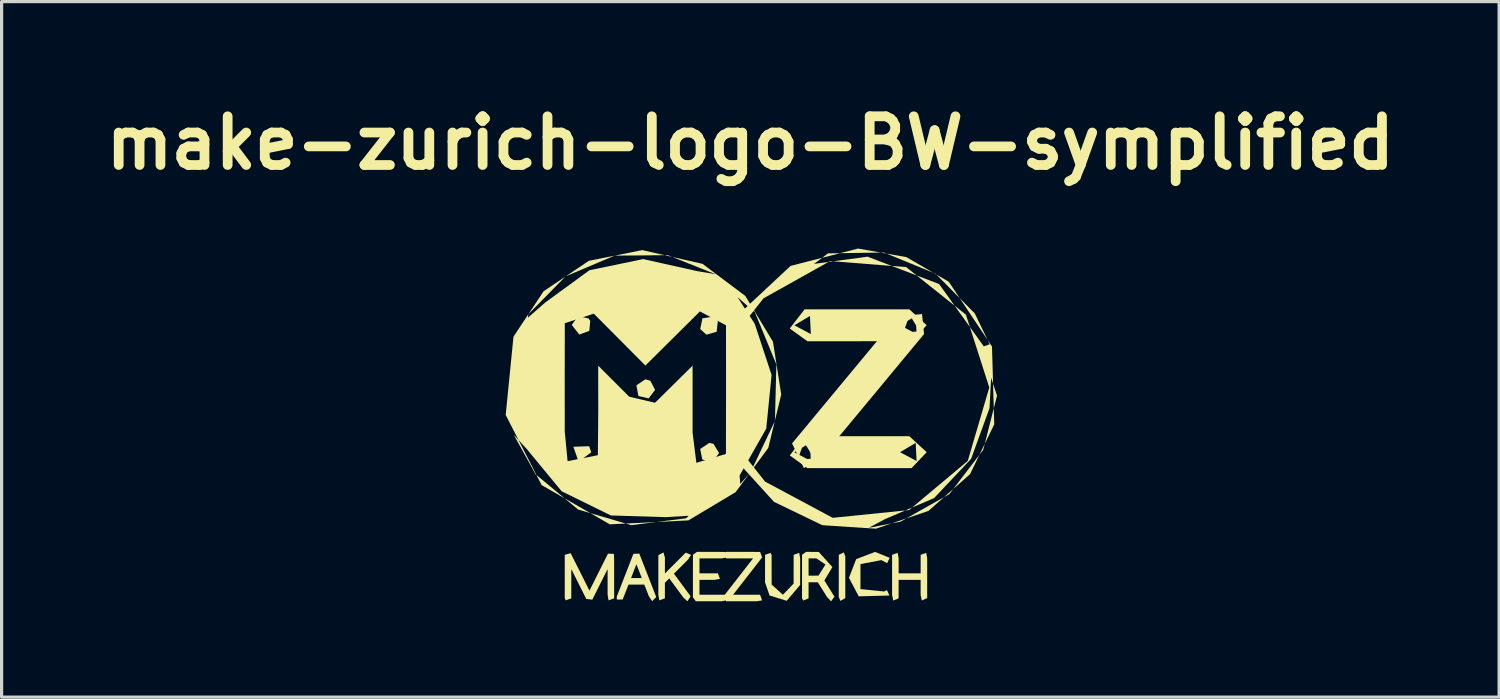
<source format=kicad_pcb>
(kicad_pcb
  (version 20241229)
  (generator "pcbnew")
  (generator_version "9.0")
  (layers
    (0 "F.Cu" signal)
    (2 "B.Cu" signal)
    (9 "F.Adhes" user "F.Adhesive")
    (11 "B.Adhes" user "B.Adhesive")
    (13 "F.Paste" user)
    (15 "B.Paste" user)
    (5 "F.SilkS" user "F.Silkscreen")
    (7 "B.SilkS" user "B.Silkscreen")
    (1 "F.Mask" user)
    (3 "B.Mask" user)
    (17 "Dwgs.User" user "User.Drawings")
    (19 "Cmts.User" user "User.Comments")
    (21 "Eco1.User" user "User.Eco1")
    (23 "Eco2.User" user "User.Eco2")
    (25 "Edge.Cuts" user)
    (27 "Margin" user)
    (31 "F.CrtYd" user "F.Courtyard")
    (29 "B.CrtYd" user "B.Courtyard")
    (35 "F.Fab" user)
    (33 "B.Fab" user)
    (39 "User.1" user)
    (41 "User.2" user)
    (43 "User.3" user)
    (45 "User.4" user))
  (footprint "make-zurich-logo-BW-symplified"
    (layer "F.Cu")
    (at 20.443 10.156)
    (property "Reference" "make-zurich-logo-BW-symplified" (at 0 -8.73 0) (layer "F.SilkS") (effects (font (size 1.524 1.524) (thickness 0.305))))
    (attr smd)
    (fp_poly (pts (xy -4.981 0.955) (xy -5.378 1.249) (xy -5.541 0.782) (xy -5.047 0.765) (xy -4.981 0.955)) (stroke (width 0) (type solid)) (fill yes) (layer "F.SilkS"))
    (fp_poly (pts (xy -5.069 -3.237) (xy -5.396 -3.306) (xy -5.592 -3.033) (xy -5.355 -2.731) (xy -5.042 -2.847) (xy -5.013 -3.16) (xy -5.069 -3.237)) (stroke (width 0) (type solid)) (fill yes) (layer "F.SilkS"))
    (fp_poly (pts (xy -3.287 -1.329) (xy -3.568 -1.141) (xy -3.505 -0.807) (xy -3.184 -0.733) (xy -2.982 -1) (xy -3.133 -1.287) (xy -3.287 -1.329)) (stroke (width 0) (type solid)) (fill yes) (layer "F.SilkS"))
    (fp_poly (pts (xy -1.375 -2.727) (xy -1.054 -2.82) (xy -1.017 -3.166) (xy -1.153 -3.296) (xy -1.5 -3.239) (xy -1.569 -2.904) (xy -1.375 -2.727)) (stroke (width 0) (type solid)) (fill yes) (layer "F.SilkS"))
    (fp_poly (pts (xy -1.285 0.66) (xy -1.569 0.851) (xy -1.505 1.181) (xy -1.18 1.255) (xy -0.979 0.978) (xy -1.156 0.688) (xy -1.285 0.66)) (stroke (width 0) (type solid)) (fill yes) (layer "F.SilkS"))
    (fp_poly (pts (xy 2.973 5.518) (xy 2.822 5.609) (xy 2.768 5.487) (xy 2.769 4.165) (xy 2.927 4.09) (xy 2.973 4.216) (xy 2.973 5.518) (xy 2.973 5.518)) (stroke (width 0) (type solid)) (fill yes) (layer "F.SilkS"))
    (fp_poly (pts (xy -0.75 4.073) (xy 0.305 4.074) (xy 0.371 4.245) (xy -0.54 5.415) (xy 0.305 5.416) (xy 0.368 5.591) (xy 0.196 5.62) (xy -0.761 5.62) (xy -0.826 5.448) (xy 0.085 4.278) (xy -0.76 4.278) (xy -0.822 4.103) (xy -0.75 4.073)) (stroke (width 0) (type solid)) (fill yes) (layer "F.SilkS"))
    (fp_poly (pts (xy 4.277 5.272) (xy 4.355 5.44) (xy 3.394 5.465) (xy 3.088 4.886) (xy 3.314 4.3) (xy 3.904 4.074) (xy 4.364 4.26) (xy 4.282 4.427) (xy 4.103 4.331) (xy 3.448 4.456) (xy 3.448 5.238) (xy 4.188 5.313) (xy 4.277 5.272)) (stroke (width 0) (type solid)) (fill yes) (layer "F.SilkS"))
    (fp_poly (pts (xy 0.666 4.176) (xy 0.667 5.097) (xy 1.019 5.415) (xy 1.355 5.067) (xy 1.356 4.165) (xy 1.53 4.103) (xy 1.56 4.274) (xy 1.559 5.108) (xy 1.138 5.605) (xy 0.602 5.439) (xy 0.46 5.029) (xy 0.461 4.165) (xy 0.635 4.103) (xy 0.666 4.176) (xy 0.666 4.176)) (stroke (width 0) (type solid)) (fill yes) (layer "F.SilkS"))
    (fp_poly (pts (xy -4.181 5.471) (xy -3.567 4.459) (xy -3.735 4.893) (xy -3.399 4.893) (xy -3.567 4.459) (xy -4.181 5.471) (xy -3.661 4.134) (xy -3.477 4.127) (xy -3.237 4.74) (xy -2.947 5.486) (xy -3.075 5.616) (xy -3.178 5.461) (xy -3.319 5.098) (xy -3.814 5.098) (xy -3.998 5.566) (xy -4.18 5.566) (xy -4.181 5.471) (xy -4.181 5.471)) (stroke (width 0) (type solid)) (fill yes) (layer "F.SilkS"))
    (fp_poly (pts (xy -2.88 4.176) (xy -2.721 4.09) (xy -2.675 4.25) (xy -2.675 4.748) (xy -2.024 4.098) (xy -1.856 4.165) (xy -1.951 4.314) (xy -2.392 4.756) (xy -1.87 5.464) (xy -1.97 5.62) (xy -2.095 5.505) (xy -2.539 4.903) (xy -2.675 5.039) (xy -2.676 5.528) (xy -2.85 5.591) (xy -2.88 5.421) (xy -2.88 4.176) (xy -2.88 4.176)) (stroke (width 0) (type solid)) (fill yes) (layer "F.SilkS"))
    (fp_poly (pts (xy 5.537 5.518) (xy 5.37 5.597) (xy 5.332 5.423) (xy 5.332 4.949) (xy 4.643 4.949) (xy 4.642 5.528) (xy 4.475 5.597) (xy 4.438 5.423) (xy 4.438 4.165) (xy 4.613 4.103) (xy 4.643 4.274) (xy 4.643 4.744) (xy 5.332 4.744) (xy 5.333 4.165) (xy 5.507 4.103) (xy 5.537 4.274) (xy 5.537 5.518) (xy 5.537 5.518)) (stroke (width 0) (type solid)) (fill yes) (layer "F.SilkS"))
    (fp_poly (pts (xy -5.811 5.518) (xy -5.811 4.165) (xy -5.626 4.115) (xy -5.324 4.715) (xy -5.038 5.288) (xy -4.457 4.128) (xy -4.272 4.136) (xy -4.264 4.333) (xy -4.264 5.528) (xy -4.439 5.591) (xy -4.469 5.413) (xy -4.469 4.611) (xy -4.948 5.569) (xy -5.137 5.547) (xy -5.606 4.611) (xy -5.606 5.529) (xy -5.781 5.591) (xy -5.811 5.518) (xy -5.811 5.518)) (stroke (width 0) (type solid)) (fill yes) (layer "F.SilkS"))
    (fp_poly (pts (xy -0.801 5.415) (xy -0.721 5.583) (xy -0.896 5.62) (xy -1.706 5.62) (xy -1.798 5.495) (xy -1.797 4.165) (xy -1.673 4.073) (xy -0.79 4.074) (xy -0.728 4.248) (xy -0.9 4.278) (xy -1.593 4.278) (xy -1.593 4.744) (xy -1.014 4.745) (xy -0.952 4.919) (xy -1.123 4.949) (xy -1.593 4.949) (xy -1.593 5.415) (xy -0.801 5.415) (xy -0.801 5.415)) (stroke (width 0) (type solid)) (fill yes) (layer "F.SilkS"))
    (fp_poly (pts (xy 5.375 -3.375) (xy 4.988 -3.35) (xy 5.297 -2.837) (xy 4.786 -2.785) (xy 4.988 -3.35) (xy 5.375 -3.375) (xy 4.602 -3.294) (xy 1.681 0.632) (xy 1.99 1.145) (xy 1.479 1.197) (xy 1.681 0.632) (xy 4.602 -3.294) (xy 2.954 -1.308) (xy 1.306 0.677) (xy 1.676 1.449) (xy 2.194 1.163) (xy 3.817 -0.791) (xy 5.439 -2.747) (xy 5.375 -3.375)) (stroke (width 0) (type solid)) (fill yes) (layer "F.SilkS"))
    (fp_poly (pts (xy 5.521 0.952) (xy 5.177 0.66) (xy 5.205 1.227) (xy 4.688 0.952) (xy 5.177 0.66) (xy 5.521 0.952) (xy 4.978 0.452) (xy 1.867 0.66) (xy 1.894 1.227) (xy 1.377 0.952) (xy 1.867 0.66) (xy 4.978 0.452) (xy 3.338 0.452) (xy 1.698 0.453) (xy 1.234 1.053) (xy 1.785 1.451) (xy 3.416 1.451) (xy 5.048 1.451) (xy 5.521 0.952)) (stroke (width 0) (type solid)) (fill yes) (layer "F.SilkS"))
    (fp_poly (pts (xy 5.521 -3.022) (xy 4.978 -3.521) (xy 1.867 -3.313) (xy 1.894 -2.747) (xy 1.377 -3.022) (xy 1.377 -3.022) (xy 1.867 -3.313) (xy 4.978 -3.521) (xy 4.688 -3.022) (xy 5.177 -3.313) (xy 5.205 -2.747) (xy 4.688 -3.022) (xy 4.978 -3.521) (xy 3.338 -3.521) (xy 1.698 -3.52) (xy 1.234 -2.921) (xy 1.785 -2.522) (xy 3.416 -2.522) (xy 5.048 -2.523) (xy 5.521 -3.022) (xy 5.521 -3.022)) (stroke (width 0) (type solid)) (fill yes) (layer "F.SilkS"))
    (fp_poly (pts (xy 1.618 5.518) (xy 1.823 4.278) (xy 1.823 4.819) (xy 2.135 4.816) (xy 2.352 4.469) (xy 2.068 4.278) (xy 1.823 4.278) (xy 1.823 4.278) (xy 1.618 5.518) (xy 1.619 4.165) (xy 1.743 4.073) (xy 2.142 4.075) (xy 2.569 4.549) (xy 2.318 4.968) (xy 2.634 5.476) (xy 2.528 5.62) (xy 2.402 5.488) (xy 2.112 5.024) (xy 1.823 5.024) (xy 1.823 5.528) (xy 1.656 5.597) (xy 1.618 5.518)) (stroke (width 0) (type solid)) (fill yes) (layer "F.SilkS"))
    (fp_poly (pts (xy 3.373 -5.424) (xy 2.432 -5.273) (xy 4.181 -5.3) (xy 5.8 -4.636) (xy 7.028 -3.391) (xy 7.494 -2.426) (xy 7.308 -2.362) (xy 5.91 -4.313) (xy 3.667 -5.17) (xy 1.994 -4.943) (xy 2.432 -5.273) (xy 3.373 -5.424) (xy 1.26 -4.881) (xy -0.335 -3.392) (xy -0.227 -3.056) (xy 0.413 -3.866) (xy 2.497 -5.032) (xy 4.878 -4.844) (xy 6.75 -3.353) (xy 7.481 -1.074) (xy 6.912 1.16) (xy 7.489 -0.427) (xy 7.539 -1.38) (xy 7.723 -0.818) (xy 7.292 0.878) (xy 6.228 2.267) (xy 4.705 3.126) (xy 3.705 3.321) (xy 4.201 3.054) (xy 5.753 2.389) (xy 6.912 1.16) (xy 7.481 -1.074) (xy 6.808 1.225) (xy 4.97 2.764) (xy 2.579 3.007) (xy 0.46 1.872) (xy -0.227 1.003) (xy -0.391 1.262) (xy 0.74 2.507) (xy 2.254 3.238) (xy 3.933 3.347) (xy 5.577 2.79) (xy 6.878 1.64) (xy 7.637 0.079) (xy 7.566 -2.357) (xy 6.213 -4.384) (xy 4.885 -5.156) (xy 3.373 -5.424)) (stroke (width 0) (type solid)) (fill yes) (layer "F.SilkS"))
    (fp_poly (pts (xy -3.384 -5.375) (xy -4.25 -5.202) (xy -2.586 -5.217) (xy -1.085 -4.619) (xy -1.678 -4.72) (xy -3.355 -5.094) (xy -5.038 -4.745) (xy -6.426 -3.732) (xy -6.963 -3.259) (xy -6.952 -3.367) (xy -5.784 -4.554) (xy -4.25 -5.202) (xy -3.384 -5.375) (xy -5.057 -5.04) (xy -6.473 -4.087) (xy -7.416 -2.665) (xy -7.002 0.851) (xy -5.908 2.176) (xy -4.366 2.933) (xy -2.648 2.986) (xy -1.933 2.942) (xy -2.009 3.021) (xy -3.729 3.236) (xy -5.391 2.748) (xy -6.725 1.642) (xy -7.408 0.407) (xy -7.002 0.851) (xy -7.416 -2.665) (xy -5.722 1.233) (xy -5.811 0.3) (xy -5.812 -1.393) (xy -5.809 -3.087) (xy -4.902 -3.386) (xy -3.286 -1.761) (xy -1.578 -3.456) (xy -0.762 -3.02) (xy -0.762 -3.02) (xy -0.761 -1.007) (xy -0.764 1.006) (xy -1.69 1.285) (xy -1.809 0.336) (xy -1.809 -1.757) (xy -2.984 -0.596) (xy -3.791 -0.784) (xy -4.764 -1.757) (xy -4.762 -0.355) (xy -4.774 1.046) (xy -5.722 1.233) (xy -7.416 -2.665) (xy -7.66 -0.212) (xy -6.535 1.982) (xy -4.4 3.211) (xy -1.939 3.087) (xy -0.315 1.947) (xy -0.336 1.681) (xy 0.498 0.214) (xy 0.665 -1.466) (xy 0.137 -3.069) (xy -0.402 -3.902) (xy 0.142 -3.429) (xy 0.815 -1.795) (xy 0.77 -0.027) (xy 0.011 1.569) (xy -0.315 1.947) (xy -0.315 1.947) (xy -1.939 3.087) (xy -0.462 2.204) (xy 0.561 0.819) (xy 0.967 -0.853) (xy 0.708 -2.507) (xy -0.158 -3.941) (xy -1.498 -4.945) (xy -3.384 -5.375)) (stroke (width 0) (type solid)) (fill yes) (layer "F.SilkS")))
  (gr_rect
    (start -3 -3)
    (end 43.887 18.777)
    (stroke (width 0.1) (type default))
    (fill no)
    (layer "Edge.Cuts")))
</source>
